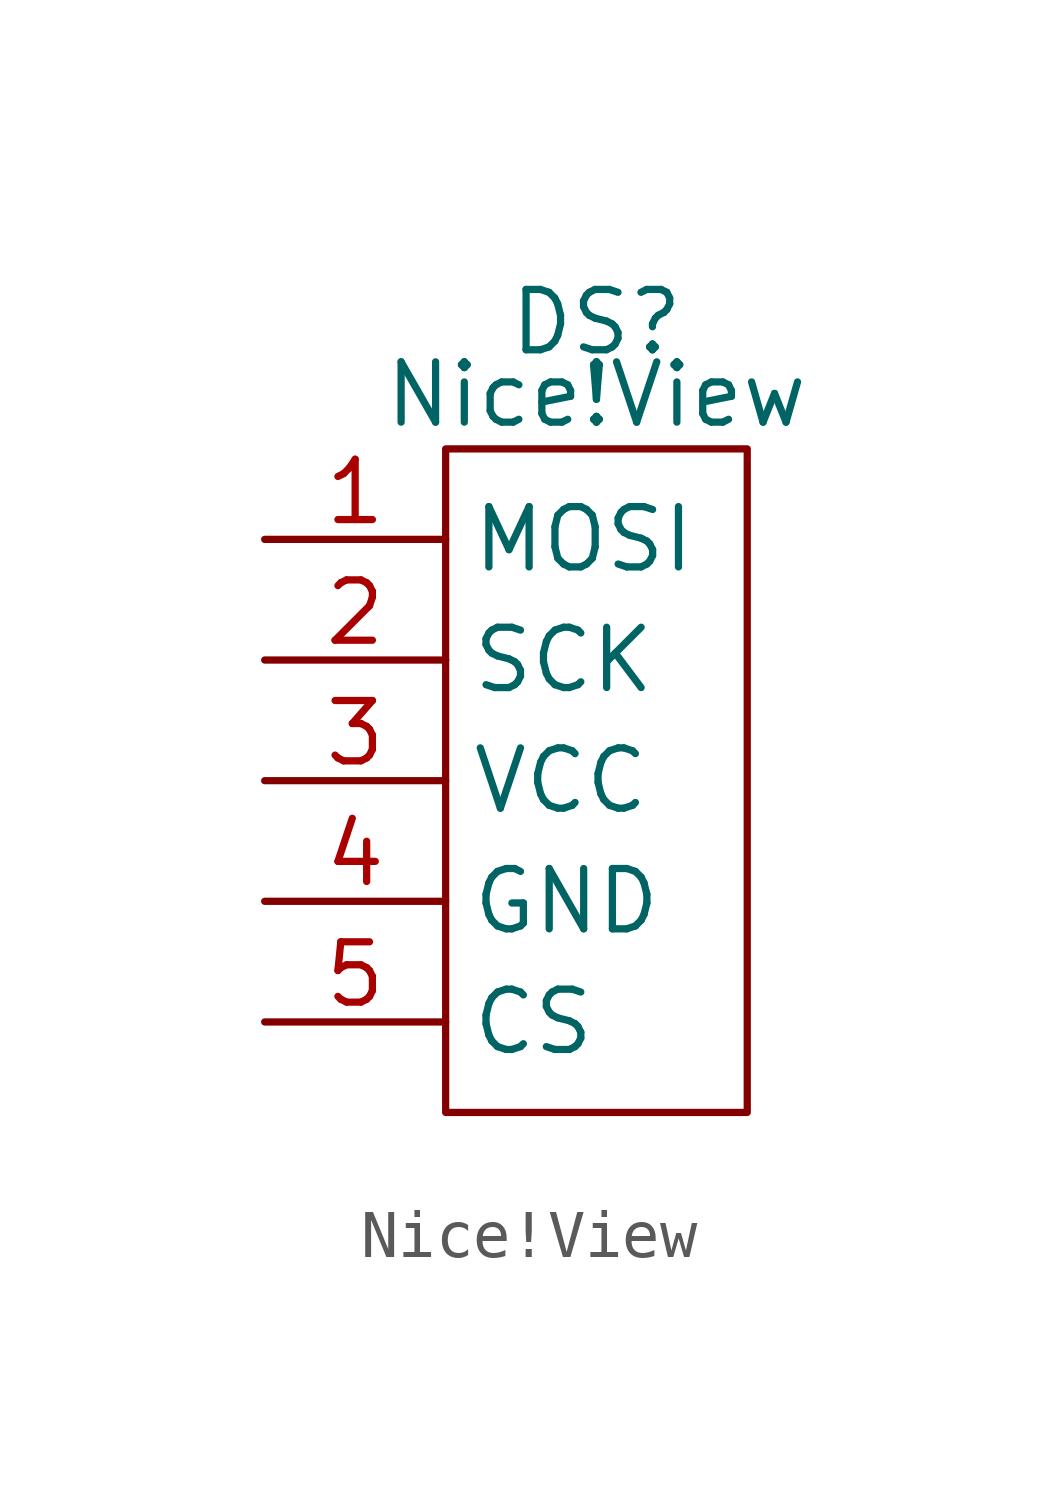
<source format=kicad_sym>
(kicad_symbol_lib
  (version 20241209)
  (generator "kicad_symbol_editor")
  (generator_version "9.0")
  (symbol "Nice!View"
    (property "Reference" "DS_{}"
      (at 0 9.652 0)
      (effects (font (size 1.27 1.27))))
    (property "Value" "Nice!View"
      (at 0 8.128 0)
      (effects (font (size 1.27 1.27))))
    (symbol "Nice!View_0_1"
      (rectangle (start -3.175 6.985) (end 3.175 -6.985) (stroke (width 0) (type default)) (fill (type none))))
    (symbol "Nice!View_1_1"
      (pin input line (at -6.985 5.08 0) (length 3.81) (name "MOSI" (effects (font (size 1.27 1.27)))) (number "1" (effects (font (size 1.27 1.27)))))
      (pin input line (at -6.985 2.54 0) (length 3.81) (name "SCK" (effects (font (size 1.27 1.27)))) (number "2" (effects (font (size 1.27 1.27)))))
      (pin power_in line (at -6.985 0 0) (length 3.81) (name "VCC" (effects (font (size 1.27 1.27)))) (number "3" (effects (font (size 1.27 1.27)))))
      (pin power_out line (at -6.985 -2.54 0) (length 3.81) (name "GND" (effects (font (size 1.27 1.27)))) (number "4" (effects (font (size 1.27 1.27)))))
      (pin input line (at -6.985 -5.08 0) (length 3.81) (name "CS" (effects (font (size 1.27 1.27)))) (number "5" (effects (font (size 1.27 1.27))))))))
</source>
